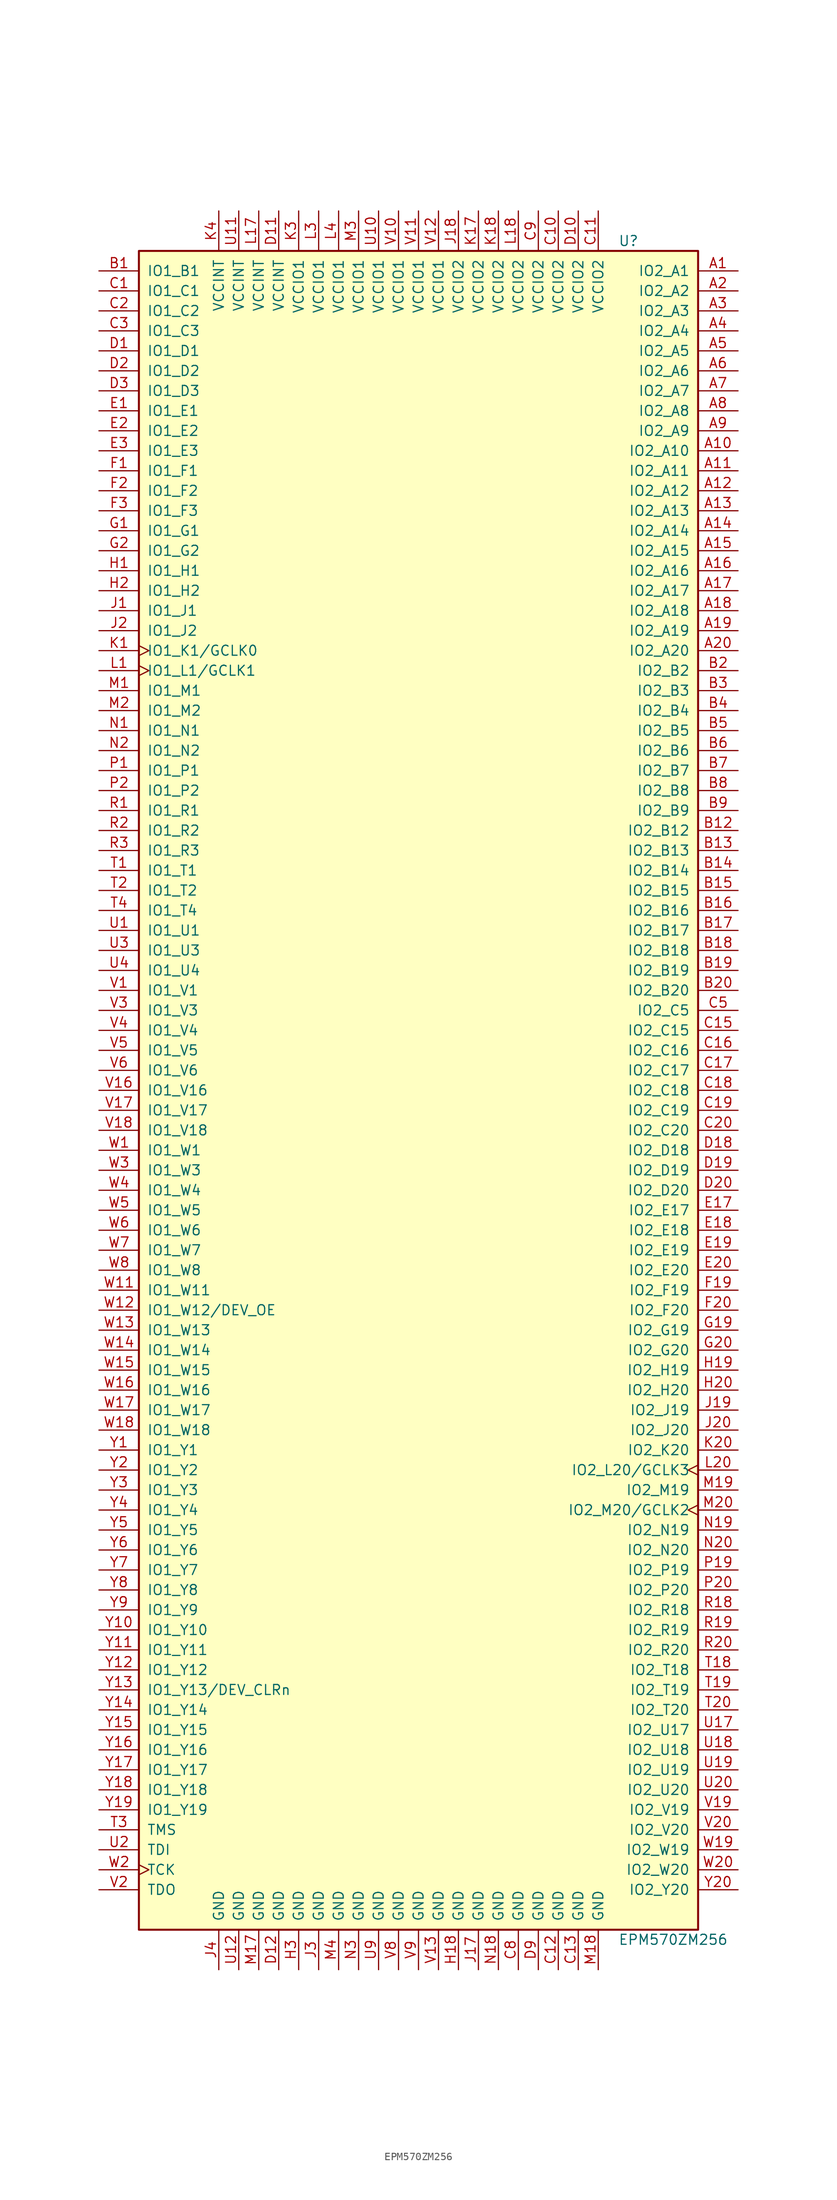
<source format=kicad_sym>
(kicad_symbol_lib
  (version 20201005)
  (generator kicad_symbol_editor)
  (symbol "EPM570ZM256"
    (pin_names
      (offset 1.016))
    (property "Reference" "U"
      (at 25.4 107.95 0)
      (effects (font (size 1.27 1.27)) (justify left)))
    (property "Value" "EPM570ZM256"
      (at 25.4 -107.95 0)
      (effects (font (size 1.27 1.27)) (justify left)))
    (property "ki_locked" ""
      (at 0 0 0)
      (effects (font (size 1.27 1.27))))
    (symbol "EPM570ZM256_1_1"
      (rectangle (start -35.56 106.68) (end 35.56 -106.68) (stroke (width 0.254)) (fill (type background)))
      (pin bidirectional line (at 40.64 104.14 180) (length 5.08) (name "IO2_A1" (effects (font (size 1.27 1.27)))) (number "A1" (effects (font (size 1.27 1.27)))))
      (pin bidirectional line (at 40.64 101.6 180) (length 5.08) (name "IO2_A2" (effects (font (size 1.27 1.27)))) (number "A2" (effects (font (size 1.27 1.27)))))
      (pin bidirectional line (at 40.64 99.06 180) (length 5.08) (name "IO2_A3" (effects (font (size 1.27 1.27)))) (number "A3" (effects (font (size 1.27 1.27)))))
      (pin bidirectional line (at 40.64 96.52 180) (length 5.08) (name "IO2_A4" (effects (font (size 1.27 1.27)))) (number "A4" (effects (font (size 1.27 1.27)))))
      (pin bidirectional line (at 40.64 93.98 180) (length 5.08) (name "IO2_A5" (effects (font (size 1.27 1.27)))) (number "A5" (effects (font (size 1.27 1.27)))))
      (pin bidirectional line (at 40.64 91.44 180) (length 5.08) (name "IO2_A6" (effects (font (size 1.27 1.27)))) (number "A6" (effects (font (size 1.27 1.27)))))
      (pin bidirectional line (at 40.64 88.9 180) (length 5.08) (name "IO2_A7" (effects (font (size 1.27 1.27)))) (number "A7" (effects (font (size 1.27 1.27)))))
      (pin bidirectional line (at 40.64 86.36 180) (length 5.08) (name "IO2_A8" (effects (font (size 1.27 1.27)))) (number "A8" (effects (font (size 1.27 1.27)))))
      (pin bidirectional line (at 40.64 83.82 180) (length 5.08) (name "IO2_A9" (effects (font (size 1.27 1.27)))) (number "A9" (effects (font (size 1.27 1.27)))))
      (pin bidirectional line (at 40.64 81.28 180) (length 5.08) (name "IO2_A10" (effects (font (size 1.27 1.27)))) (number "A10" (effects (font (size 1.27 1.27)))))
      (pin bidirectional line (at 40.64 78.74 180) (length 5.08) (name "IO2_A11" (effects (font (size 1.27 1.27)))) (number "A11" (effects (font (size 1.27 1.27)))))
      (pin bidirectional line (at 40.64 76.2 180) (length 5.08) (name "IO2_A12" (effects (font (size 1.27 1.27)))) (number "A12" (effects (font (size 1.27 1.27)))))
      (pin bidirectional line (at 40.64 73.66 180) (length 5.08) (name "IO2_A13" (effects (font (size 1.27 1.27)))) (number "A13" (effects (font (size 1.27 1.27)))))
      (pin bidirectional line (at 40.64 71.12 180) (length 5.08) (name "IO2_A14" (effects (font (size 1.27 1.27)))) (number "A14" (effects (font (size 1.27 1.27)))))
      (pin bidirectional line (at 40.64 68.58 180) (length 5.08) (name "IO2_A15" (effects (font (size 1.27 1.27)))) (number "A15" (effects (font (size 1.27 1.27)))))
      (pin bidirectional line (at 40.64 66.04 180) (length 5.08) (name "IO2_A16" (effects (font (size 1.27 1.27)))) (number "A16" (effects (font (size 1.27 1.27)))))
      (pin bidirectional line (at 40.64 63.5 180) (length 5.08) (name "IO2_A17" (effects (font (size 1.27 1.27)))) (number "A17" (effects (font (size 1.27 1.27)))))
      (pin bidirectional line (at 40.64 60.96 180) (length 5.08) (name "IO2_A18" (effects (font (size 1.27 1.27)))) (number "A18" (effects (font (size 1.27 1.27)))))
      (pin bidirectional line (at 40.64 58.42 180) (length 5.08) (name "IO2_A19" (effects (font (size 1.27 1.27)))) (number "A19" (effects (font (size 1.27 1.27)))))
      (pin bidirectional line (at 40.64 55.88 180) (length 5.08) (name "IO2_A20" (effects (font (size 1.27 1.27)))) (number "A20" (effects (font (size 1.27 1.27)))))
      (pin bidirectional line (at -40.64 104.14 0) (length 5.08) (name "IO1_B1" (effects (font (size 1.27 1.27)))) (number "B1" (effects (font (size 1.27 1.27)))))
      (pin bidirectional line (at 40.64 53.34 180) (length 5.08) (name "IO2_B2" (effects (font (size 1.27 1.27)))) (number "B2" (effects (font (size 1.27 1.27)))))
      (pin bidirectional line (at 40.64 50.8 180) (length 5.08) (name "IO2_B3" (effects (font (size 1.27 1.27)))) (number "B3" (effects (font (size 1.27 1.27)))))
      (pin bidirectional line (at 40.64 48.26 180) (length 5.08) (name "IO2_B4" (effects (font (size 1.27 1.27)))) (number "B4" (effects (font (size 1.27 1.27)))))
      (pin bidirectional line (at 40.64 45.72 180) (length 5.08) (name "IO2_B5" (effects (font (size 1.27 1.27)))) (number "B5" (effects (font (size 1.27 1.27)))))
      (pin bidirectional line (at 40.64 43.18 180) (length 5.08) (name "IO2_B6" (effects (font (size 1.27 1.27)))) (number "B6" (effects (font (size 1.27 1.27)))))
      (pin bidirectional line (at 40.64 40.64 180) (length 5.08) (name "IO2_B7" (effects (font (size 1.27 1.27)))) (number "B7" (effects (font (size 1.27 1.27)))))
      (pin bidirectional line (at 40.64 38.1 180) (length 5.08) (name "IO2_B8" (effects (font (size 1.27 1.27)))) (number "B8" (effects (font (size 1.27 1.27)))))
      (pin bidirectional line (at 40.64 35.56 180) (length 5.08) (name "IO2_B9" (effects (font (size 1.27 1.27)))) (number "B9" (effects (font (size 1.27 1.27)))))
      (pin bidirectional line (at 40.64 33.02 180) (length 5.08) (name "IO2_B12" (effects (font (size 1.27 1.27)))) (number "B12" (effects (font (size 1.27 1.27)))))
      (pin bidirectional line (at 40.64 30.48 180) (length 5.08) (name "IO2_B13" (effects (font (size 1.27 1.27)))) (number "B13" (effects (font (size 1.27 1.27)))))
      (pin bidirectional line (at 40.64 27.94 180) (length 5.08) (name "IO2_B14" (effects (font (size 1.27 1.27)))) (number "B14" (effects (font (size 1.27 1.27)))))
      (pin bidirectional line (at 40.64 25.4 180) (length 5.08) (name "IO2_B15" (effects (font (size 1.27 1.27)))) (number "B15" (effects (font (size 1.27 1.27)))))
      (pin bidirectional line (at 40.64 22.86 180) (length 5.08) (name "IO2_B16" (effects (font (size 1.27 1.27)))) (number "B16" (effects (font (size 1.27 1.27)))))
      (pin bidirectional line (at 40.64 20.32 180) (length 5.08) (name "IO2_B17" (effects (font (size 1.27 1.27)))) (number "B17" (effects (font (size 1.27 1.27)))))
      (pin bidirectional line (at 40.64 17.78 180) (length 5.08) (name "IO2_B18" (effects (font (size 1.27 1.27)))) (number "B18" (effects (font (size 1.27 1.27)))))
      (pin bidirectional line (at 40.64 15.24 180) (length 5.08) (name "IO2_B19" (effects (font (size 1.27 1.27)))) (number "B19" (effects (font (size 1.27 1.27)))))
      (pin bidirectional line (at 40.64 12.7 180) (length 5.08) (name "IO2_B20" (effects (font (size 1.27 1.27)))) (number "B20" (effects (font (size 1.27 1.27)))))
      (pin bidirectional line (at -40.64 101.6 0) (length 5.08) (name "IO1_C1" (effects (font (size 1.27 1.27)))) (number "C1" (effects (font (size 1.27 1.27)))))
      (pin bidirectional line (at -40.64 99.06 0) (length 5.08) (name "IO1_C2" (effects (font (size 1.27 1.27)))) (number "C2" (effects (font (size 1.27 1.27)))))
      (pin bidirectional line (at -40.64 96.52 0) (length 5.08) (name "IO1_C3" (effects (font (size 1.27 1.27)))) (number "C3" (effects (font (size 1.27 1.27)))))
      (pin bidirectional line (at 40.64 10.16 180) (length 5.08) (name "IO2_C5" (effects (font (size 1.27 1.27)))) (number "C5" (effects (font (size 1.27 1.27)))))
      (pin bidirectional line (at 40.64 7.62 180) (length 5.08) (name "IO2_C15" (effects (font (size 1.27 1.27)))) (number "C15" (effects (font (size 1.27 1.27)))))
      (pin bidirectional line (at 40.64 5.08 180) (length 5.08) (name "IO2_C16" (effects (font (size 1.27 1.27)))) (number "C16" (effects (font (size 1.27 1.27)))))
      (pin bidirectional line (at 40.64 2.54 180) (length 5.08) (name "IO2_C17" (effects (font (size 1.27 1.27)))) (number "C17" (effects (font (size 1.27 1.27)))))
      (pin bidirectional line (at 40.64 0 180) (length 5.08) (name "IO2_C18" (effects (font (size 1.27 1.27)))) (number "C18" (effects (font (size 1.27 1.27)))))
      (pin bidirectional line (at 40.64 -2.54 180) (length 5.08) (name "IO2_C19" (effects (font (size 1.27 1.27)))) (number "C19" (effects (font (size 1.27 1.27)))))
      (pin bidirectional line (at 40.64 -5.08 180) (length 5.08) (name "IO2_C20" (effects (font (size 1.27 1.27)))) (number "C20" (effects (font (size 1.27 1.27)))))
      (pin bidirectional line (at -40.64 93.98 0) (length 5.08) (name "IO1_D1" (effects (font (size 1.27 1.27)))) (number "D1" (effects (font (size 1.27 1.27)))))
      (pin bidirectional line (at -40.64 91.44 0) (length 5.08) (name "IO1_D2" (effects (font (size 1.27 1.27)))) (number "D2" (effects (font (size 1.27 1.27)))))
      (pin bidirectional line (at -40.64 88.9 0) (length 5.08) (name "IO1_D3" (effects (font (size 1.27 1.27)))) (number "D3" (effects (font (size 1.27 1.27)))))
      (pin bidirectional line (at 40.64 -7.62 180) (length 5.08) (name "IO2_D18" (effects (font (size 1.27 1.27)))) (number "D18" (effects (font (size 1.27 1.27)))))
      (pin bidirectional line (at 40.64 -10.16 180) (length 5.08) (name "IO2_D19" (effects (font (size 1.27 1.27)))) (number "D19" (effects (font (size 1.27 1.27)))))
      (pin bidirectional line (at 40.64 -12.7 180) (length 5.08) (name "IO2_D20" (effects (font (size 1.27 1.27)))) (number "D20" (effects (font (size 1.27 1.27)))))
      (pin bidirectional line (at -40.64 86.36 0) (length 5.08) (name "IO1_E1" (effects (font (size 1.27 1.27)))) (number "E1" (effects (font (size 1.27 1.27)))))
      (pin bidirectional line (at -40.64 83.82 0) (length 5.08) (name "IO1_E2" (effects (font (size 1.27 1.27)))) (number "E2" (effects (font (size 1.27 1.27)))))
      (pin bidirectional line (at -40.64 81.28 0) (length 5.08) (name "IO1_E3" (effects (font (size 1.27 1.27)))) (number "E3" (effects (font (size 1.27 1.27)))))
      (pin bidirectional line (at 40.64 -15.24 180) (length 5.08) (name "IO2_E17" (effects (font (size 1.27 1.27)))) (number "E17" (effects (font (size 1.27 1.27)))))
      (pin bidirectional line (at 40.64 -17.78 180) (length 5.08) (name "IO2_E18" (effects (font (size 1.27 1.27)))) (number "E18" (effects (font (size 1.27 1.27)))))
      (pin bidirectional line (at 40.64 -20.32 180) (length 5.08) (name "IO2_E19" (effects (font (size 1.27 1.27)))) (number "E19" (effects (font (size 1.27 1.27)))))
      (pin bidirectional line (at 40.64 -22.86 180) (length 5.08) (name "IO2_E20" (effects (font (size 1.27 1.27)))) (number "E20" (effects (font (size 1.27 1.27)))))
      (pin bidirectional line (at -40.64 78.74 0) (length 5.08) (name "IO1_F1" (effects (font (size 1.27 1.27)))) (number "F1" (effects (font (size 1.27 1.27)))))
      (pin bidirectional line (at -40.64 76.2 0) (length 5.08) (name "IO1_F2" (effects (font (size 1.27 1.27)))) (number "F2" (effects (font (size 1.27 1.27)))))
      (pin bidirectional line (at -40.64 73.66 0) (length 5.08) (name "IO1_F3" (effects (font (size 1.27 1.27)))) (number "F3" (effects (font (size 1.27 1.27)))))
      (pin bidirectional line (at 40.64 -25.4 180) (length 5.08) (name "IO2_F19" (effects (font (size 1.27 1.27)))) (number "F19" (effects (font (size 1.27 1.27)))))
      (pin bidirectional line (at 40.64 -27.94 180) (length 5.08) (name "IO2_F20" (effects (font (size 1.27 1.27)))) (number "F20" (effects (font (size 1.27 1.27)))))
      (pin bidirectional line (at -40.64 71.12 0) (length 5.08) (name "IO1_G1" (effects (font (size 1.27 1.27)))) (number "G1" (effects (font (size 1.27 1.27)))))
      (pin bidirectional line (at -40.64 68.58 0) (length 5.08) (name "IO1_G2" (effects (font (size 1.27 1.27)))) (number "G2" (effects (font (size 1.27 1.27)))))
      (pin bidirectional line (at 40.64 -30.48 180) (length 5.08) (name "IO2_G19" (effects (font (size 1.27 1.27)))) (number "G19" (effects (font (size 1.27 1.27)))))
      (pin bidirectional line (at 40.64 -33.02 180) (length 5.08) (name "IO2_G20" (effects (font (size 1.27 1.27)))) (number "G20" (effects (font (size 1.27 1.27)))))
      (pin bidirectional line (at -40.64 66.04 0) (length 5.08) (name "IO1_H1" (effects (font (size 1.27 1.27)))) (number "H1" (effects (font (size 1.27 1.27)))))
      (pin bidirectional line (at -40.64 63.5 0) (length 5.08) (name "IO1_H2" (effects (font (size 1.27 1.27)))) (number "H2" (effects (font (size 1.27 1.27)))))
      (pin bidirectional line (at 40.64 -35.56 180) (length 5.08) (name "IO2_H19" (effects (font (size 1.27 1.27)))) (number "H19" (effects (font (size 1.27 1.27)))))
      (pin bidirectional line (at 40.64 -38.1 180) (length 5.08) (name "IO2_H20" (effects (font (size 1.27 1.27)))) (number "H20" (effects (font (size 1.27 1.27)))))
      (pin bidirectional line (at -40.64 60.96 0) (length 5.08) (name "IO1_J1" (effects (font (size 1.27 1.27)))) (number "J1" (effects (font (size 1.27 1.27)))))
      (pin bidirectional line (at -40.64 58.42 0) (length 5.08) (name "IO1_J2" (effects (font (size 1.27 1.27)))) (number "J2" (effects (font (size 1.27 1.27)))))
      (pin bidirectional line (at 40.64 -40.64 180) (length 5.08) (name "IO2_J19" (effects (font (size 1.27 1.27)))) (number "J19" (effects (font (size 1.27 1.27)))))
      (pin bidirectional line (at 40.64 -43.18 180) (length 5.08) (name "IO2_J20" (effects (font (size 1.27 1.27)))) (number "J20" (effects (font (size 1.27 1.27)))))
      (pin bidirectional clock (at -40.64 55.88 0) (length 5.08) (name "IO1_K1/GCLK0" (effects (font (size 1.27 1.27)))) (number "K1" (effects (font (size 1.27 1.27)))))
      (pin bidirectional line (at 40.64 -45.72 180) (length 5.08) (name "IO2_K20" (effects (font (size 1.27 1.27)))) (number "K20" (effects (font (size 1.27 1.27)))))
      (pin bidirectional clock (at -40.64 53.34 0) (length 5.08) (name "IO1_L1/GCLK1" (effects (font (size 1.27 1.27)))) (number "L1" (effects (font (size 1.27 1.27)))))
      (pin bidirectional clock (at 40.64 -48.26 180) (length 5.08) (name "IO2_L20/GCLK3" (effects (font (size 1.27 1.27)))) (number "L20" (effects (font (size 1.27 1.27)))))
      (pin bidirectional line (at -40.64 50.8 0) (length 5.08) (name "IO1_M1" (effects (font (size 1.27 1.27)))) (number "M1" (effects (font (size 1.27 1.27)))))
      (pin bidirectional line (at -40.64 48.26 0) (length 5.08) (name "IO1_M2" (effects (font (size 1.27 1.27)))) (number "M2" (effects (font (size 1.27 1.27)))))
      (pin bidirectional line (at 40.64 -50.8 180) (length 5.08) (name "IO2_M19" (effects (font (size 1.27 1.27)))) (number "M19" (effects (font (size 1.27 1.27)))))
      (pin bidirectional clock (at 40.64 -53.34 180) (length 5.08) (name "IO2_M20/GCLK2" (effects (font (size 1.27 1.27)))) (number "M20" (effects (font (size 1.27 1.27)))))
      (pin bidirectional line (at -40.64 45.72 0) (length 5.08) (name "IO1_N1" (effects (font (size 1.27 1.27)))) (number "N1" (effects (font (size 1.27 1.27)))))
      (pin bidirectional line (at -40.64 43.18 0) (length 5.08) (name "IO1_N2" (effects (font (size 1.27 1.27)))) (number "N2" (effects (font (size 1.27 1.27)))))
      (pin bidirectional line (at 40.64 -55.88 180) (length 5.08) (name "IO2_N19" (effects (font (size 1.27 1.27)))) (number "N19" (effects (font (size 1.27 1.27)))))
      (pin bidirectional line (at 40.64 -58.42 180) (length 5.08) (name "IO2_N20" (effects (font (size 1.27 1.27)))) (number "N20" (effects (font (size 1.27 1.27)))))
      (pin bidirectional line (at -40.64 40.64 0) (length 5.08) (name "IO1_P1" (effects (font (size 1.27 1.27)))) (number "P1" (effects (font (size 1.27 1.27)))))
      (pin bidirectional line (at -40.64 38.1 0) (length 5.08) (name "IO1_P2" (effects (font (size 1.27 1.27)))) (number "P2" (effects (font (size 1.27 1.27)))))
      (pin bidirectional line (at 40.64 -60.96 180) (length 5.08) (name "IO2_P19" (effects (font (size 1.27 1.27)))) (number "P19" (effects (font (size 1.27 1.27)))))
      (pin bidirectional line (at 40.64 -63.5 180) (length 5.08) (name "IO2_P20" (effects (font (size 1.27 1.27)))) (number "P20" (effects (font (size 1.27 1.27)))))
      (pin bidirectional line (at -40.64 35.56 0) (length 5.08) (name "IO1_R1" (effects (font (size 1.27 1.27)))) (number "R1" (effects (font (size 1.27 1.27)))))
      (pin bidirectional line (at -40.64 33.02 0) (length 5.08) (name "IO1_R2" (effects (font (size 1.27 1.27)))) (number "R2" (effects (font (size 1.27 1.27)))))
      (pin bidirectional line (at -40.64 30.48 0) (length 5.08) (name "IO1_R3" (effects (font (size 1.27 1.27)))) (number "R3" (effects (font (size 1.27 1.27)))))
      (pin bidirectional line (at 40.64 -66.04 180) (length 5.08) (name "IO2_R18" (effects (font (size 1.27 1.27)))) (number "R18" (effects (font (size 1.27 1.27)))))
      (pin bidirectional line (at 40.64 -68.58 180) (length 5.08) (name "IO2_R19" (effects (font (size 1.27 1.27)))) (number "R19" (effects (font (size 1.27 1.27)))))
      (pin bidirectional line (at 40.64 -71.12 180) (length 5.08) (name "IO2_R20" (effects (font (size 1.27 1.27)))) (number "R20" (effects (font (size 1.27 1.27)))))
      (pin bidirectional line (at -40.64 27.94 0) (length 5.08) (name "IO1_T1" (effects (font (size 1.27 1.27)))) (number "T1" (effects (font (size 1.27 1.27)))))
      (pin bidirectional line (at -40.64 25.4 0) (length 5.08) (name "IO1_T2" (effects (font (size 1.27 1.27)))) (number "T2" (effects (font (size 1.27 1.27)))))
      (pin bidirectional line (at -40.64 22.86 0) (length 5.08) (name "IO1_T4" (effects (font (size 1.27 1.27)))) (number "T4" (effects (font (size 1.27 1.27)))))
      (pin bidirectional line (at 40.64 -73.66 180) (length 5.08) (name "IO2_T18" (effects (font (size 1.27 1.27)))) (number "T18" (effects (font (size 1.27 1.27)))))
      (pin bidirectional line (at 40.64 -76.2 180) (length 5.08) (name "IO2_T19" (effects (font (size 1.27 1.27)))) (number "T19" (effects (font (size 1.27 1.27)))))
      (pin bidirectional line (at 40.64 -78.74 180) (length 5.08) (name "IO2_T20" (effects (font (size 1.27 1.27)))) (number "T20" (effects (font (size 1.27 1.27)))))
      (pin bidirectional line (at -40.64 20.32 0) (length 5.08) (name "IO1_U1" (effects (font (size 1.27 1.27)))) (number "U1" (effects (font (size 1.27 1.27)))))
      (pin bidirectional line (at -40.64 17.78 0) (length 5.08) (name "IO1_U3" (effects (font (size 1.27 1.27)))) (number "U3" (effects (font (size 1.27 1.27)))))
      (pin bidirectional line (at -40.64 15.24 0) (length 5.08) (name "IO1_U4" (effects (font (size 1.27 1.27)))) (number "U4" (effects (font (size 1.27 1.27)))))
      (pin bidirectional line (at 40.64 -81.28 180) (length 5.08) (name "IO2_U17" (effects (font (size 1.27 1.27)))) (number "U17" (effects (font (size 1.27 1.27)))))
      (pin bidirectional line (at 40.64 -83.82 180) (length 5.08) (name "IO2_U18" (effects (font (size 1.27 1.27)))) (number "U18" (effects (font (size 1.27 1.27)))))
      (pin bidirectional line (at 40.64 -86.36 180) (length 5.08) (name "IO2_U19" (effects (font (size 1.27 1.27)))) (number "U19" (effects (font (size 1.27 1.27)))))
      (pin bidirectional line (at 40.64 -88.9 180) (length 5.08) (name "IO2_U20" (effects (font (size 1.27 1.27)))) (number "U20" (effects (font (size 1.27 1.27)))))
      (pin bidirectional line (at -40.64 12.7 0) (length 5.08) (name "IO1_V1" (effects (font (size 1.27 1.27)))) (number "V1" (effects (font (size 1.27 1.27)))))
      (pin bidirectional line (at -40.64 10.16 0) (length 5.08) (name "IO1_V3" (effects (font (size 1.27 1.27)))) (number "V3" (effects (font (size 1.27 1.27)))))
      (pin bidirectional line (at -40.64 7.62 0) (length 5.08) (name "IO1_V4" (effects (font (size 1.27 1.27)))) (number "V4" (effects (font (size 1.27 1.27)))))
      (pin bidirectional line (at -40.64 5.08 0) (length 5.08) (name "IO1_V5" (effects (font (size 1.27 1.27)))) (number "V5" (effects (font (size 1.27 1.27)))))
      (pin bidirectional line (at -40.64 2.54 0) (length 5.08) (name "IO1_V6" (effects (font (size 1.27 1.27)))) (number "V6" (effects (font (size 1.27 1.27)))))
      (pin bidirectional line (at -40.64 0 0) (length 5.08) (name "IO1_V16" (effects (font (size 1.27 1.27)))) (number "V16" (effects (font (size 1.27 1.27)))))
      (pin bidirectional line (at -40.64 -2.54 0) (length 5.08) (name "IO1_V17" (effects (font (size 1.27 1.27)))) (number "V17" (effects (font (size 1.27 1.27)))))
      (pin bidirectional line (at -40.64 -5.08 0) (length 5.08) (name "IO1_V18" (effects (font (size 1.27 1.27)))) (number "V18" (effects (font (size 1.27 1.27)))))
      (pin bidirectional line (at 40.64 -91.44 180) (length 5.08) (name "IO2_V19" (effects (font (size 1.27 1.27)))) (number "V19" (effects (font (size 1.27 1.27)))))
      (pin bidirectional line (at 40.64 -93.98 180) (length 5.08) (name "IO2_V20" (effects (font (size 1.27 1.27)))) (number "V20" (effects (font (size 1.27 1.27)))))
      (pin bidirectional line (at -40.64 -7.62 0) (length 5.08) (name "IO1_W1" (effects (font (size 1.27 1.27)))) (number "W1" (effects (font (size 1.27 1.27)))))
      (pin bidirectional line (at -40.64 -10.16 0) (length 5.08) (name "IO1_W3" (effects (font (size 1.27 1.27)))) (number "W3" (effects (font (size 1.27 1.27)))))
      (pin bidirectional line (at -40.64 -12.7 0) (length 5.08) (name "IO1_W4" (effects (font (size 1.27 1.27)))) (number "W4" (effects (font (size 1.27 1.27)))))
      (pin bidirectional line (at -40.64 -15.24 0) (length 5.08) (name "IO1_W5" (effects (font (size 1.27 1.27)))) (number "W5" (effects (font (size 1.27 1.27)))))
      (pin bidirectional line (at -40.64 -17.78 0) (length 5.08) (name "IO1_W6" (effects (font (size 1.27 1.27)))) (number "W6" (effects (font (size 1.27 1.27)))))
      (pin bidirectional line (at -40.64 -20.32 0) (length 5.08) (name "IO1_W7" (effects (font (size 1.27 1.27)))) (number "W7" (effects (font (size 1.27 1.27)))))
      (pin bidirectional line (at -40.64 -22.86 0) (length 5.08) (name "IO1_W8" (effects (font (size 1.27 1.27)))) (number "W8" (effects (font (size 1.27 1.27)))))
      (pin bidirectional line (at -40.64 -25.4 0) (length 5.08) (name "IO1_W11" (effects (font (size 1.27 1.27)))) (number "W11" (effects (font (size 1.27 1.27)))))
      (pin bidirectional line (at -40.64 -27.94 0) (length 5.08) (name "IO1_W12/DEV_OE" (effects (font (size 1.27 1.27)))) (number "W12" (effects (font (size 1.27 1.27)))))
      (pin bidirectional line (at -40.64 -30.48 0) (length 5.08) (name "IO1_W13" (effects (font (size 1.27 1.27)))) (number "W13" (effects (font (size 1.27 1.27)))))
      (pin bidirectional line (at -40.64 -33.02 0) (length 5.08) (name "IO1_W14" (effects (font (size 1.27 1.27)))) (number "W14" (effects (font (size 1.27 1.27)))))
      (pin bidirectional line (at -40.64 -35.56 0) (length 5.08) (name "IO1_W15" (effects (font (size 1.27 1.27)))) (number "W15" (effects (font (size 1.27 1.27)))))
      (pin bidirectional line (at -40.64 -38.1 0) (length 5.08) (name "IO1_W16" (effects (font (size 1.27 1.27)))) (number "W16" (effects (font (size 1.27 1.27)))))
      (pin bidirectional line (at -40.64 -40.64 0) (length 5.08) (name "IO1_W17" (effects (font (size 1.27 1.27)))) (number "W17" (effects (font (size 1.27 1.27)))))
      (pin bidirectional line (at -40.64 -43.18 0) (length 5.08) (name "IO1_W18" (effects (font (size 1.27 1.27)))) (number "W18" (effects (font (size 1.27 1.27)))))
      (pin bidirectional line (at 40.64 -96.52 180) (length 5.08) (name "IO2_W19" (effects (font (size 1.27 1.27)))) (number "W19" (effects (font (size 1.27 1.27)))))
      (pin bidirectional line (at 40.64 -99.06 180) (length 5.08) (name "IO2_W20" (effects (font (size 1.27 1.27)))) (number "W20" (effects (font (size 1.27 1.27)))))
      (pin bidirectional line (at -40.64 -45.72 0) (length 5.08) (name "IO1_Y1" (effects (font (size 1.27 1.27)))) (number "Y1" (effects (font (size 1.27 1.27)))))
      (pin bidirectional line (at -40.64 -48.26 0) (length 5.08) (name "IO1_Y2" (effects (font (size 1.27 1.27)))) (number "Y2" (effects (font (size 1.27 1.27)))))
      (pin bidirectional line (at -40.64 -50.8 0) (length 5.08) (name "IO1_Y3" (effects (font (size 1.27 1.27)))) (number "Y3" (effects (font (size 1.27 1.27)))))
      (pin bidirectional line (at -40.64 -53.34 0) (length 5.08) (name "IO1_Y4" (effects (font (size 1.27 1.27)))) (number "Y4" (effects (font (size 1.27 1.27)))))
      (pin bidirectional line (at -40.64 -55.88 0) (length 5.08) (name "IO1_Y5" (effects (font (size 1.27 1.27)))) (number "Y5" (effects (font (size 1.27 1.27)))))
      (pin bidirectional line (at -40.64 -58.42 0) (length 5.08) (name "IO1_Y6" (effects (font (size 1.27 1.27)))) (number "Y6" (effects (font (size 1.27 1.27)))))
      (pin bidirectional line (at -40.64 -60.96 0) (length 5.08) (name "IO1_Y7" (effects (font (size 1.27 1.27)))) (number "Y7" (effects (font (size 1.27 1.27)))))
      (pin bidirectional line (at -40.64 -63.5 0) (length 5.08) (name "IO1_Y8" (effects (font (size 1.27 1.27)))) (number "Y8" (effects (font (size 1.27 1.27)))))
      (pin bidirectional line (at -40.64 -66.04 0) (length 5.08) (name "IO1_Y9" (effects (font (size 1.27 1.27)))) (number "Y9" (effects (font (size 1.27 1.27)))))
      (pin bidirectional line (at -40.64 -68.58 0) (length 5.08) (name "IO1_Y10" (effects (font (size 1.27 1.27)))) (number "Y10" (effects (font (size 1.27 1.27)))))
      (pin bidirectional line (at -40.64 -71.12 0) (length 5.08) (name "IO1_Y11" (effects (font (size 1.27 1.27)))) (number "Y11" (effects (font (size 1.27 1.27)))))
      (pin bidirectional line (at -40.64 -73.66 0) (length 5.08) (name "IO1_Y12" (effects (font (size 1.27 1.27)))) (number "Y12" (effects (font (size 1.27 1.27)))))
      (pin bidirectional line (at -40.64 -76.2 0) (length 5.08) (name "IO1_Y13/DEV_CLRn" (effects (font (size 1.27 1.27)))) (number "Y13" (effects (font (size 1.27 1.27)))))
      (pin bidirectional line (at -40.64 -78.74 0) (length 5.08) (name "IO1_Y14" (effects (font (size 1.27 1.27)))) (number "Y14" (effects (font (size 1.27 1.27)))))
      (pin bidirectional line (at -40.64 -81.28 0) (length 5.08) (name "IO1_Y15" (effects (font (size 1.27 1.27)))) (number "Y15" (effects (font (size 1.27 1.27)))))
      (pin bidirectional line (at -40.64 -83.82 0) (length 5.08) (name "IO1_Y16" (effects (font (size 1.27 1.27)))) (number "Y16" (effects (font (size 1.27 1.27)))))
      (pin bidirectional line (at -40.64 -86.36 0) (length 5.08) (name "IO1_Y17" (effects (font (size 1.27 1.27)))) (number "Y17" (effects (font (size 1.27 1.27)))))
      (pin bidirectional line (at -40.64 -88.9 0) (length 5.08) (name "IO1_Y18" (effects (font (size 1.27 1.27)))) (number "Y18" (effects (font (size 1.27 1.27)))))
      (pin bidirectional line (at -40.64 -91.44 0) (length 5.08) (name "IO1_Y19" (effects (font (size 1.27 1.27)))) (number "Y19" (effects (font (size 1.27 1.27)))))
      (pin bidirectional line (at 40.64 -101.6 180) (length 5.08) (name "IO2_Y20" (effects (font (size 1.27 1.27)))) (number "Y20" (effects (font (size 1.27 1.27)))))
      (pin input line (at -40.64 -93.98 0) (length 5.08) (name "TMS" (effects (font (size 1.27 1.27)))) (number "T3" (effects (font (size 1.27 1.27)))))
      (pin input line (at -40.64 -96.52 0) (length 5.08) (name "TDI" (effects (font (size 1.27 1.27)))) (number "U2" (effects (font (size 1.27 1.27)))))
      (pin input clock (at -40.64 -99.06 0) (length 5.08) (name "TCK" (effects (font (size 1.27 1.27)))) (number "W2" (effects (font (size 1.27 1.27)))))
      (pin output line (at -40.64 -101.6 0) (length 5.08) (name "TDO" (effects (font (size 1.27 1.27)))) (number "V2" (effects (font (size 1.27 1.27)))))
      (pin power_in line (at -25.4 -111.76 90) (length 5.08) (name "GND" (effects (font (size 1.27 1.27)))) (number "J4" (effects (font (size 1.27 1.27)))))
      (pin power_in line (at -22.86 -111.76 90) (length 5.08) (name "GND" (effects (font (size 1.27 1.27)))) (number "U12" (effects (font (size 1.27 1.27)))))
      (pin power_in line (at -20.32 -111.76 90) (length 5.08) (name "GND" (effects (font (size 1.27 1.27)))) (number "M17" (effects (font (size 1.27 1.27)))))
      (pin power_in line (at -17.78 -111.76 90) (length 5.08) (name "GND" (effects (font (size 1.27 1.27)))) (number "D12" (effects (font (size 1.27 1.27)))))
      (pin power_in line (at -15.24 -111.76 90) (length 5.08) (name "GND" (effects (font (size 1.27 1.27)))) (number "H3" (effects (font (size 1.27 1.27)))))
      (pin power_in line (at -12.7 -111.76 90) (length 5.08) (name "GND" (effects (font (size 1.27 1.27)))) (number "J3" (effects (font (size 1.27 1.27)))))
      (pin power_in line (at -10.16 -111.76 90) (length 5.08) (name "GND" (effects (font (size 1.27 1.27)))) (number "M4" (effects (font (size 1.27 1.27)))))
      (pin power_in line (at -7.62 -111.76 90) (length 5.08) (name "GND" (effects (font (size 1.27 1.27)))) (number "N3" (effects (font (size 1.27 1.27)))))
      (pin power_in line (at -5.08 -111.76 90) (length 5.08) (name "GND" (effects (font (size 1.27 1.27)))) (number "U9" (effects (font (size 1.27 1.27)))))
      (pin power_in line (at -2.54 -111.76 90) (length 5.08) (name "GND" (effects (font (size 1.27 1.27)))) (number "V8" (effects (font (size 1.27 1.27)))))
      (pin power_in line (at 0 -111.76 90) (length 5.08) (name "GND" (effects (font (size 1.27 1.27)))) (number "V9" (effects (font (size 1.27 1.27)))))
      (pin power_in line (at 2.54 -111.76 90) (length 5.08) (name "GND" (effects (font (size 1.27 1.27)))) (number "V13" (effects (font (size 1.27 1.27)))))
      (pin power_in line (at 5.08 -111.76 90) (length 5.08) (name "GND" (effects (font (size 1.27 1.27)))) (number "H18" (effects (font (size 1.27 1.27)))))
      (pin power_in line (at 7.62 -111.76 90) (length 5.08) (name "GND" (effects (font (size 1.27 1.27)))) (number "J17" (effects (font (size 1.27 1.27)))))
      (pin power_in line (at 10.16 -111.76 90) (length 5.08) (name "GND" (effects (font (size 1.27 1.27)))) (number "N18" (effects (font (size 1.27 1.27)))))
      (pin power_in line (at 12.7 -111.76 90) (length 5.08) (name "GND" (effects (font (size 1.27 1.27)))) (number "C8" (effects (font (size 1.27 1.27)))))
      (pin power_in line (at 15.24 -111.76 90) (length 5.08) (name "GND" (effects (font (size 1.27 1.27)))) (number "D9" (effects (font (size 1.27 1.27)))))
      (pin power_in line (at 17.78 -111.76 90) (length 5.08) (name "GND" (effects (font (size 1.27 1.27)))) (number "C12" (effects (font (size 1.27 1.27)))))
      (pin power_in line (at 20.32 -111.76 90) (length 5.08) (name "GND" (effects (font (size 1.27 1.27)))) (number "C13" (effects (font (size 1.27 1.27)))))
      (pin power_in line (at 22.86 -111.76 90) (length 5.08) (name "GND" (effects (font (size 1.27 1.27)))) (number "M18" (effects (font (size 1.27 1.27)))))
      (pin power_in line (at -25.4 111.76 270) (length 5.08) (name "VCCINT" (effects (font (size 1.27 1.27)))) (number "K4" (effects (font (size 1.27 1.27)))))
      (pin power_in line (at -22.86 111.76 270) (length 5.08) (name "VCCINT" (effects (font (size 1.27 1.27)))) (number "U11" (effects (font (size 1.27 1.27)))))
      (pin power_in line (at -20.32 111.76 270) (length 5.08) (name "VCCINT" (effects (font (size 1.27 1.27)))) (number "L17" (effects (font (size 1.27 1.27)))))
      (pin power_in line (at -17.78 111.76 270) (length 5.08) (name "VCCINT" (effects (font (size 1.27 1.27)))) (number "D11" (effects (font (size 1.27 1.27)))))
      (pin power_in line (at -15.24 111.76 270) (length 5.08) (name "VCCIO1" (effects (font (size 1.27 1.27)))) (number "K3" (effects (font (size 1.27 1.27)))))
      (pin power_in line (at -12.7 111.76 270) (length 5.08) (name "VCCIO1" (effects (font (size 1.27 1.27)))) (number "L3" (effects (font (size 1.27 1.27)))))
      (pin power_in line (at -10.16 111.76 270) (length 5.08) (name "VCCIO1" (effects (font (size 1.27 1.27)))) (number "L4" (effects (font (size 1.27 1.27)))))
      (pin power_in line (at -7.62 111.76 270) (length 5.08) (name "VCCIO1" (effects (font (size 1.27 1.27)))) (number "M3" (effects (font (size 1.27 1.27)))))
      (pin power_in line (at -5.08 111.76 270) (length 5.08) (name "VCCIO1" (effects (font (size 1.27 1.27)))) (number "U10" (effects (font (size 1.27 1.27)))))
      (pin power_in line (at -2.54 111.76 270) (length 5.08) (name "VCCIO1" (effects (font (size 1.27 1.27)))) (number "V10" (effects (font (size 1.27 1.27)))))
      (pin power_in line (at 0 111.76 270) (length 5.08) (name "VCCIO1" (effects (font (size 1.27 1.27)))) (number "V11" (effects (font (size 1.27 1.27)))))
      (pin power_in line (at 2.54 111.76 270) (length 5.08) (name "VCCIO1" (effects (font (size 1.27 1.27)))) (number "V12" (effects (font (size 1.27 1.27)))))
      (pin power_in line (at 5.08 111.76 270) (length 5.08) (name "VCCIO2" (effects (font (size 1.27 1.27)))) (number "J18" (effects (font (size 1.27 1.27)))))
      (pin power_in line (at 7.62 111.76 270) (length 5.08) (name "VCCIO2" (effects (font (size 1.27 1.27)))) (number "K17" (effects (font (size 1.27 1.27)))))
      (pin power_in line (at 10.16 111.76 270) (length 5.08) (name "VCCIO2" (effects (font (size 1.27 1.27)))) (number "K18" (effects (font (size 1.27 1.27)))))
      (pin power_in line (at 12.7 111.76 270) (length 5.08) (name "VCCIO2" (effects (font (size 1.27 1.27)))) (number "L18" (effects (font (size 1.27 1.27)))))
      (pin power_in line (at 15.24 111.76 270) (length 5.08) (name "VCCIO2" (effects (font (size 1.27 1.27)))) (number "C9" (effects (font (size 1.27 1.27)))))
      (pin power_in line (at 17.78 111.76 270) (length 5.08) (name "VCCIO2" (effects (font (size 1.27 1.27)))) (number "C10" (effects (font (size 1.27 1.27)))))
      (pin power_in line (at 20.32 111.76 270) (length 5.08) (name "VCCIO2" (effects (font (size 1.27 1.27)))) (number "D10" (effects (font (size 1.27 1.27)))))
      (pin power_in line (at 22.86 111.76 270) (length 5.08) (name "VCCIO2" (effects (font (size 1.27 1.27)))) (number "C11" (effects (font (size 1.27 1.27))))))))
</source>
